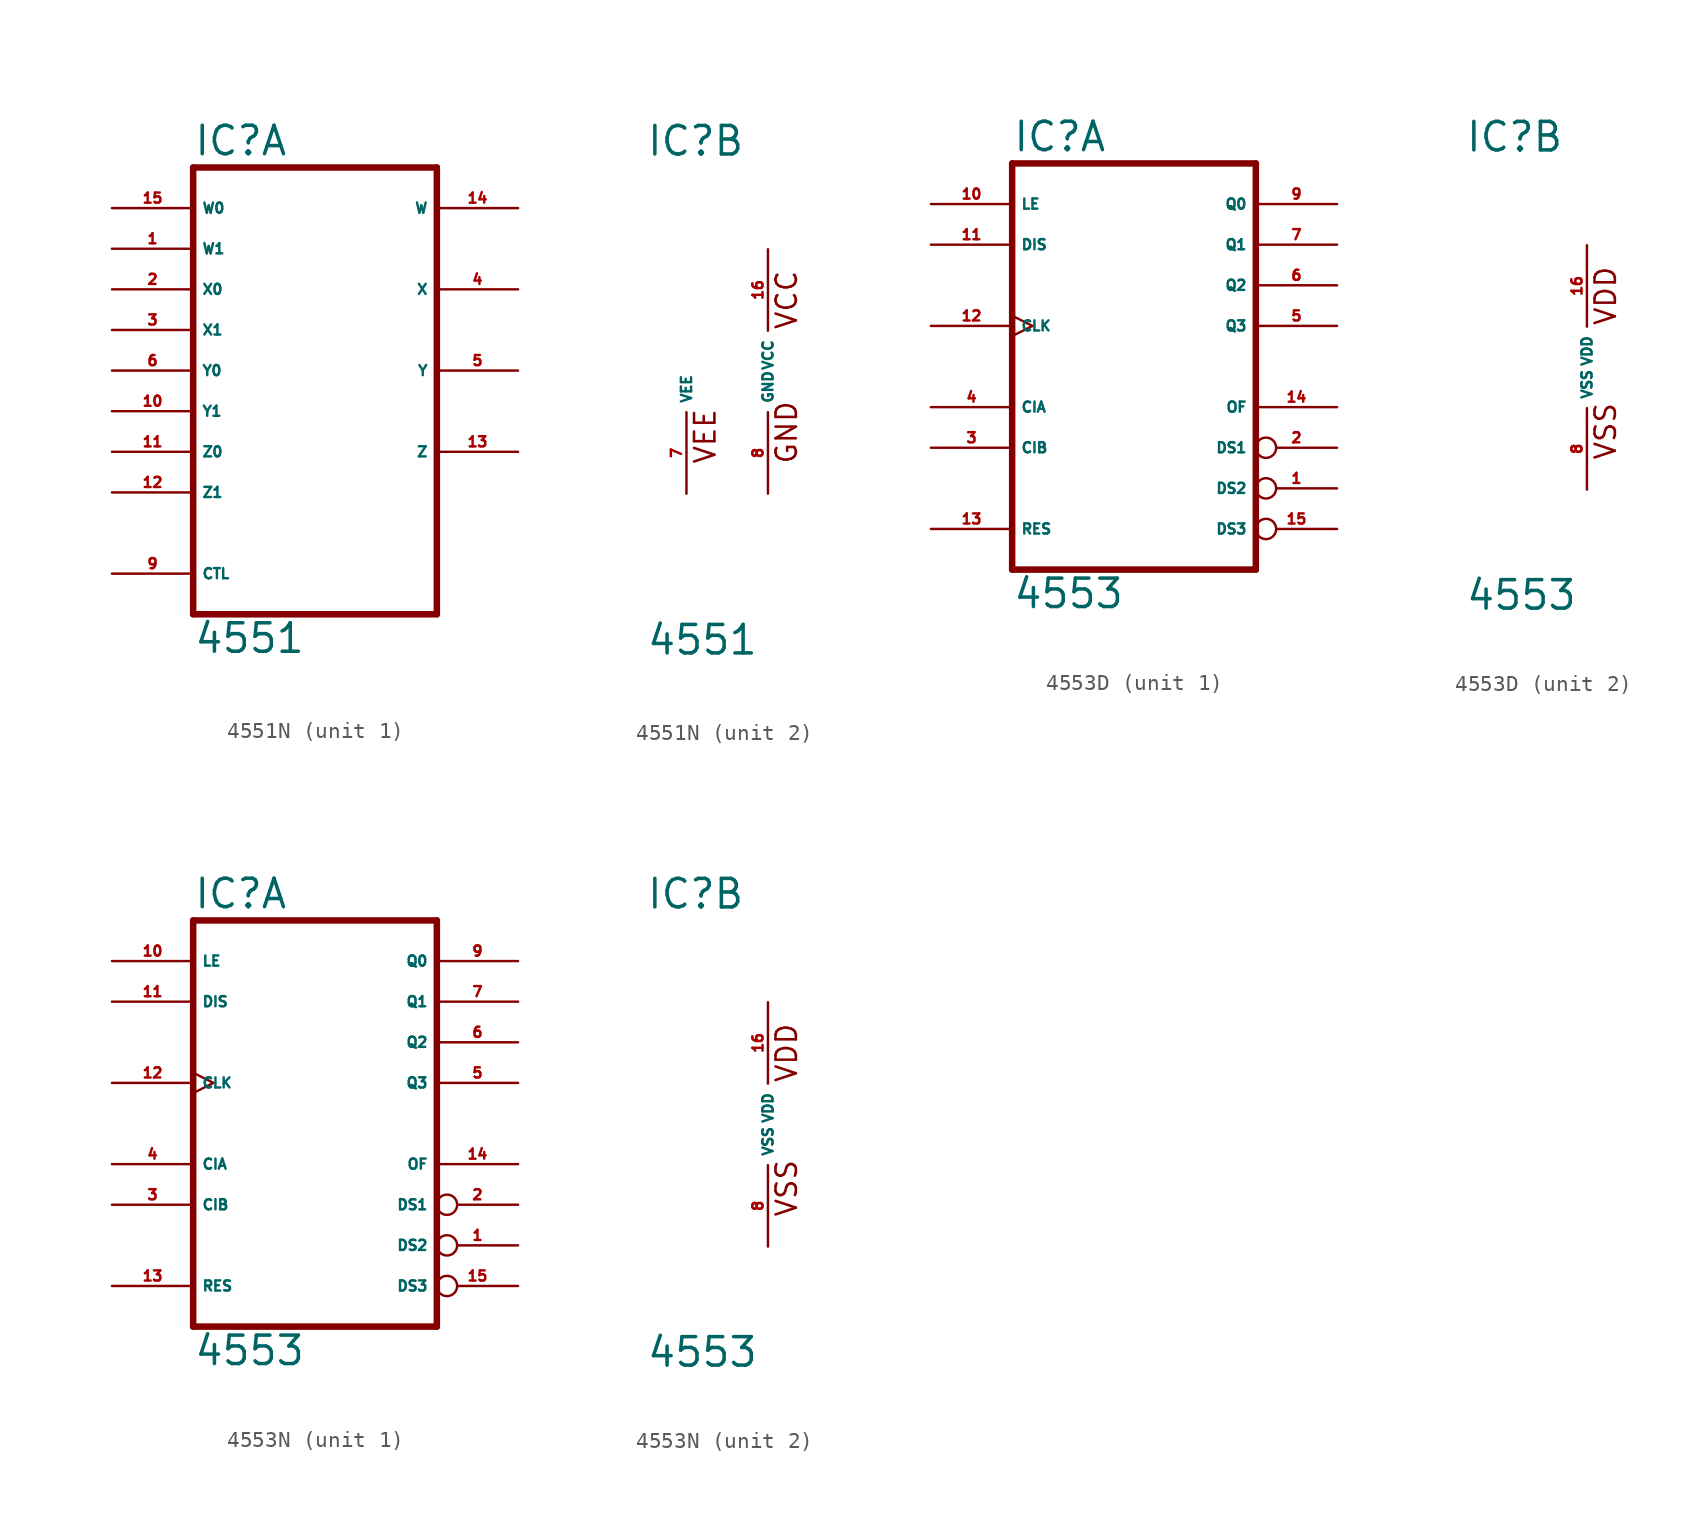
<source format=kicad_sym>
(kicad_symbol_lib
  (version 20220914)
  (generator Eagle2Kicad)
  (symbol "4551N"
    (property "Reference" "IC"
      (at -7.62 13.335 0)
      (effects (font (size 1.778 1.778) (thickness 0.22)) (justify left bottom)))
    (property "Value" "4551"
      (at -7.62 -17.78 0)
      (effects (font (size 1.778 1.778) (thickness 0.22)) (justify left bottom)))
    (symbol "4551N_1_0"
      (polyline (pts (xy -7.62 -15.24) (xy 7.62 -15.24)) (stroke (width 0.406) (type default)) (fill (type none)))
      (polyline (pts (xy 7.62 -15.24) (xy 7.62 12.7)) (stroke (width 0.406) (type default)) (fill (type none)))
      (polyline (pts (xy 7.62 12.7) (xy -7.62 12.7)) (stroke (width 0.406) (type default)) (fill (type none)))
      (polyline (pts (xy -7.62 12.7) (xy -7.62 -15.24)) (stroke (width 0.406) (type default)) (fill (type none)))
      (pin bidirectional line (at -12.7 7.62 0) (length 5.08) (name "W1" (effects (font (size 0.635 0.635) (thickness 0.08)) (justify left bottom))) (number "1" (effects (font (size 0.635 0.635) (thickness 0.08)) (justify left bottom))))
      (pin bidirectional line (at -12.7 5.08 0) (length 5.08) (name "X0" (effects (font (size 0.635 0.635) (thickness 0.08)) (justify left bottom))) (number "2" (effects (font (size 0.635 0.635) (thickness 0.08)) (justify left bottom))))
      (pin bidirectional line (at -12.7 2.54 0) (length 5.08) (name "X1" (effects (font (size 0.635 0.635) (thickness 0.08)) (justify left bottom))) (number "3" (effects (font (size 0.635 0.635) (thickness 0.08)) (justify left bottom))))
      (pin bidirectional line (at 12.7 5.08 180) (length 5.08) (name "X" (effects (font (size 0.635 0.635) (thickness 0.08)) (justify left bottom))) (number "4" (effects (font (size 0.635 0.635) (thickness 0.08)) (justify left bottom))))
      (pin bidirectional line (at 12.7 0 180) (length 5.08) (name "Y" (effects (font (size 0.635 0.635) (thickness 0.08)) (justify left bottom))) (number "5" (effects (font (size 0.635 0.635) (thickness 0.08)) (justify left bottom))))
      (pin bidirectional line (at -12.7 0 0) (length 5.08) (name "Y0" (effects (font (size 0.635 0.635) (thickness 0.08)) (justify left bottom))) (number "6" (effects (font (size 0.635 0.635) (thickness 0.08)) (justify left bottom))))
      (pin input line (at -12.7 -12.7 0) (length 5.08) (name "CTL" (effects (font (size 0.635 0.635) (thickness 0.08)) (justify left bottom))) (number "9" (effects (font (size 0.635 0.635) (thickness 0.08)) (justify left bottom))))
      (pin bidirectional line (at -12.7 -2.54 0) (length 5.08) (name "Y1" (effects (font (size 0.635 0.635) (thickness 0.08)) (justify left bottom))) (number "10" (effects (font (size 0.635 0.635) (thickness 0.08)) (justify left bottom))))
      (pin bidirectional line (at -12.7 -5.08 0) (length 5.08) (name "Z0" (effects (font (size 0.635 0.635) (thickness 0.08)) (justify left bottom))) (number "11" (effects (font (size 0.635 0.635) (thickness 0.08)) (justify left bottom))))
      (pin bidirectional line (at -12.7 -7.62 0) (length 5.08) (name "Z1" (effects (font (size 0.635 0.635) (thickness 0.08)) (justify left bottom))) (number "12" (effects (font (size 0.635 0.635) (thickness 0.08)) (justify left bottom))))
      (pin bidirectional line (at 12.7 -5.08 180) (length 5.08) (name "Z" (effects (font (size 0.635 0.635) (thickness 0.08)) (justify left bottom))) (number "13" (effects (font (size 0.635 0.635) (thickness 0.08)) (justify left bottom))))
      (pin bidirectional line (at 12.7 10.16 180) (length 5.08) (name "W" (effects (font (size 0.635 0.635) (thickness 0.08)) (justify left bottom))) (number "14" (effects (font (size 0.635 0.635) (thickness 0.08)) (justify left bottom))))
      (pin bidirectional line (at -12.7 10.16 0) (length 5.08) (name "W0" (effects (font (size 0.635 0.635) (thickness 0.08)) (justify left bottom))) (number "15" (effects (font (size 0.635 0.635) (thickness 0.08)) (justify left bottom)))))
    (symbol "4551N_2_0"
      (text "VEE" (at -3.175 -5.842 900) (effects (font (size 1.27 1.27) (thickness 0.16)) (justify left bottom)))
      (text "GND" (at 1.905 -5.842 900) (effects (font (size 1.27 1.27) (thickness 0.16)) (justify left bottom)))
      (text "VCC" (at 1.905 2.54 900) (effects (font (size 1.27 1.27) (thickness 0.16)) (justify left bottom)))
      (pin unspecified line (at -5.08 -7.62 90) (length 5.08) (name "VEE" (effects (font (size 0.635 0.635) (thickness 0.08)) (justify left bottom))) (number "7" (effects (font (size 0.635 0.635) (thickness 0.08)) (justify left bottom))))
      (pin unspecified line (at 0 -7.62 90) (length 5.08) (name "GND" (effects (font (size 0.635 0.635) (thickness 0.08)) (justify left bottom))) (number "8" (effects (font (size 0.635 0.635) (thickness 0.08)) (justify left bottom))))
      (pin unspecified line (at 0 7.62 270) (length 5.08) (name "VCC" (effects (font (size 0.635 0.635) (thickness 0.08)) (justify left bottom))) (number "16" (effects (font (size 0.635 0.635) (thickness 0.08)) (justify left bottom))))))
  (symbol "4553D"
    (property "Reference" "IC"
      (at -7.62 13.335 0)
      (effects (font (size 1.778 1.778) (thickness 0.22)) (justify left bottom)))
    (property "Value" "4553"
      (at -7.62 -15.24 0)
      (effects (font (size 1.778 1.778) (thickness 0.22)) (justify left bottom)))
    (symbol "4553D_1_0"
      (polyline (pts (xy -7.62 -12.7) (xy 7.62 -12.7)) (stroke (width 0.406) (type default)) (fill (type none)))
      (polyline (pts (xy 7.62 -12.7) (xy 7.62 12.7)) (stroke (width 0.406) (type default)) (fill (type none)))
      (polyline (pts (xy 7.62 12.7) (xy -7.62 12.7)) (stroke (width 0.406) (type default)) (fill (type none)))
      (polyline (pts (xy -7.62 12.7) (xy -7.62 -12.7)) (stroke (width 0.406) (type default)) (fill (type none)))
      (pin output inverted (at 12.7 -7.62 180) (length 5.08) (name "DS2" (effects (font (size 0.635 0.635) (thickness 0.08)) (justify left bottom))) (number "1" (effects (font (size 0.635 0.635) (thickness 0.08)) (justify left bottom))))
      (pin output inverted (at 12.7 -5.08 180) (length 5.08) (name "DS1" (effects (font (size 0.635 0.635) (thickness 0.08)) (justify left bottom))) (number "2" (effects (font (size 0.635 0.635) (thickness 0.08)) (justify left bottom))))
      (pin input line (at -12.7 -5.08 0) (length 5.08) (name "CIB" (effects (font (size 0.635 0.635) (thickness 0.08)) (justify left bottom))) (number "3" (effects (font (size 0.635 0.635) (thickness 0.08)) (justify left bottom))))
      (pin input line (at -12.7 -2.54 0) (length 5.08) (name "CIA" (effects (font (size 0.635 0.635) (thickness 0.08)) (justify left bottom))) (number "4" (effects (font (size 0.635 0.635) (thickness 0.08)) (justify left bottom))))
      (pin output line (at 12.7 2.54 180) (length 5.08) (name "Q3" (effects (font (size 0.635 0.635) (thickness 0.08)) (justify left bottom))) (number "5" (effects (font (size 0.635 0.635) (thickness 0.08)) (justify left bottom))))
      (pin output line (at 12.7 5.08 180) (length 5.08) (name "Q2" (effects (font (size 0.635 0.635) (thickness 0.08)) (justify left bottom))) (number "6" (effects (font (size 0.635 0.635) (thickness 0.08)) (justify left bottom))))
      (pin output line (at 12.7 7.62 180) (length 5.08) (name "Q1" (effects (font (size 0.635 0.635) (thickness 0.08)) (justify left bottom))) (number "7" (effects (font (size 0.635 0.635) (thickness 0.08)) (justify left bottom))))
      (pin output line (at 12.7 10.16 180) (length 5.08) (name "Q0" (effects (font (size 0.635 0.635) (thickness 0.08)) (justify left bottom))) (number "9" (effects (font (size 0.635 0.635) (thickness 0.08)) (justify left bottom))))
      (pin input line (at -12.7 10.16 0) (length 5.08) (name "LE" (effects (font (size 0.635 0.635) (thickness 0.08)) (justify left bottom))) (number "10" (effects (font (size 0.635 0.635) (thickness 0.08)) (justify left bottom))))
      (pin input line (at -12.7 7.62 0) (length 5.08) (name "DIS" (effects (font (size 0.635 0.635) (thickness 0.08)) (justify left bottom))) (number "11" (effects (font (size 0.635 0.635) (thickness 0.08)) (justify left bottom))))
      (pin input clock (at -12.7 2.54 0) (length 5.08) (name "CLK" (effects (font (size 0.635 0.635) (thickness 0.08)) (justify left bottom))) (number "12" (effects (font (size 0.635 0.635) (thickness 0.08)) (justify left bottom))))
      (pin input line (at -12.7 -10.16 0) (length 5.08) (name "RES" (effects (font (size 0.635 0.635) (thickness 0.08)) (justify left bottom))) (number "13" (effects (font (size 0.635 0.635) (thickness 0.08)) (justify left bottom))))
      (pin output line (at 12.7 -2.54 180) (length 5.08) (name "OF" (effects (font (size 0.635 0.635) (thickness 0.08)) (justify left bottom))) (number "14" (effects (font (size 0.635 0.635) (thickness 0.08)) (justify left bottom))))
      (pin output inverted (at 12.7 -10.16 180) (length 5.08) (name "DS3" (effects (font (size 0.635 0.635) (thickness 0.08)) (justify left bottom))) (number "15" (effects (font (size 0.635 0.635) (thickness 0.08)) (justify left bottom)))))
    (symbol "4553D_2_0"
      (text "VDD" (at 1.905 2.54 900) (effects (font (size 1.27 1.27) (thickness 0.16)) (justify left bottom)))
      (text "VSS" (at 1.905 -5.842 900) (effects (font (size 1.27 1.27) (thickness 0.16)) (justify left bottom)))
      (pin unspecified line (at 0 -7.62 90) (length 5.08) (name "VSS" (effects (font (size 0.635 0.635) (thickness 0.08)) (justify left bottom))) (number "8" (effects (font (size 0.635 0.635) (thickness 0.08)) (justify left bottom))))
      (pin unspecified line (at 0 7.62 270) (length 5.08) (name "VDD" (effects (font (size 0.635 0.635) (thickness 0.08)) (justify left bottom))) (number "16" (effects (font (size 0.635 0.635) (thickness 0.08)) (justify left bottom))))))
  (symbol "4553N"
    (property "Reference" "IC"
      (at -7.62 13.335 0)
      (effects (font (size 1.778 1.778) (thickness 0.22)) (justify left bottom)))
    (property "Value" "4553"
      (at -7.62 -15.24 0)
      (effects (font (size 1.778 1.778) (thickness 0.22)) (justify left bottom)))
    (symbol "4553N_1_0"
      (polyline (pts (xy -7.62 -12.7) (xy 7.62 -12.7)) (stroke (width 0.406) (type default)) (fill (type none)))
      (polyline (pts (xy 7.62 -12.7) (xy 7.62 12.7)) (stroke (width 0.406) (type default)) (fill (type none)))
      (polyline (pts (xy 7.62 12.7) (xy -7.62 12.7)) (stroke (width 0.406) (type default)) (fill (type none)))
      (polyline (pts (xy -7.62 12.7) (xy -7.62 -12.7)) (stroke (width 0.406) (type default)) (fill (type none)))
      (pin output inverted (at 12.7 -7.62 180) (length 5.08) (name "DS2" (effects (font (size 0.635 0.635) (thickness 0.08)) (justify left bottom))) (number "1" (effects (font (size 0.635 0.635) (thickness 0.08)) (justify left bottom))))
      (pin output inverted (at 12.7 -5.08 180) (length 5.08) (name "DS1" (effects (font (size 0.635 0.635) (thickness 0.08)) (justify left bottom))) (number "2" (effects (font (size 0.635 0.635) (thickness 0.08)) (justify left bottom))))
      (pin input line (at -12.7 -5.08 0) (length 5.08) (name "CIB" (effects (font (size 0.635 0.635) (thickness 0.08)) (justify left bottom))) (number "3" (effects (font (size 0.635 0.635) (thickness 0.08)) (justify left bottom))))
      (pin input line (at -12.7 -2.54 0) (length 5.08) (name "CIA" (effects (font (size 0.635 0.635) (thickness 0.08)) (justify left bottom))) (number "4" (effects (font (size 0.635 0.635) (thickness 0.08)) (justify left bottom))))
      (pin output line (at 12.7 2.54 180) (length 5.08) (name "Q3" (effects (font (size 0.635 0.635) (thickness 0.08)) (justify left bottom))) (number "5" (effects (font (size 0.635 0.635) (thickness 0.08)) (justify left bottom))))
      (pin output line (at 12.7 5.08 180) (length 5.08) (name "Q2" (effects (font (size 0.635 0.635) (thickness 0.08)) (justify left bottom))) (number "6" (effects (font (size 0.635 0.635) (thickness 0.08)) (justify left bottom))))
      (pin output line (at 12.7 7.62 180) (length 5.08) (name "Q1" (effects (font (size 0.635 0.635) (thickness 0.08)) (justify left bottom))) (number "7" (effects (font (size 0.635 0.635) (thickness 0.08)) (justify left bottom))))
      (pin output line (at 12.7 10.16 180) (length 5.08) (name "Q0" (effects (font (size 0.635 0.635) (thickness 0.08)) (justify left bottom))) (number "9" (effects (font (size 0.635 0.635) (thickness 0.08)) (justify left bottom))))
      (pin input line (at -12.7 10.16 0) (length 5.08) (name "LE" (effects (font (size 0.635 0.635) (thickness 0.08)) (justify left bottom))) (number "10" (effects (font (size 0.635 0.635) (thickness 0.08)) (justify left bottom))))
      (pin input line (at -12.7 7.62 0) (length 5.08) (name "DIS" (effects (font (size 0.635 0.635) (thickness 0.08)) (justify left bottom))) (number "11" (effects (font (size 0.635 0.635) (thickness 0.08)) (justify left bottom))))
      (pin input clock (at -12.7 2.54 0) (length 5.08) (name "CLK" (effects (font (size 0.635 0.635) (thickness 0.08)) (justify left bottom))) (number "12" (effects (font (size 0.635 0.635) (thickness 0.08)) (justify left bottom))))
      (pin input line (at -12.7 -10.16 0) (length 5.08) (name "RES" (effects (font (size 0.635 0.635) (thickness 0.08)) (justify left bottom))) (number "13" (effects (font (size 0.635 0.635) (thickness 0.08)) (justify left bottom))))
      (pin output line (at 12.7 -2.54 180) (length 5.08) (name "OF" (effects (font (size 0.635 0.635) (thickness 0.08)) (justify left bottom))) (number "14" (effects (font (size 0.635 0.635) (thickness 0.08)) (justify left bottom))))
      (pin output inverted (at 12.7 -10.16 180) (length 5.08) (name "DS3" (effects (font (size 0.635 0.635) (thickness 0.08)) (justify left bottom))) (number "15" (effects (font (size 0.635 0.635) (thickness 0.08)) (justify left bottom)))))
    (symbol "4553N_2_0"
      (text "VDD" (at 1.905 2.54 900) (effects (font (size 1.27 1.27) (thickness 0.16)) (justify left bottom)))
      (text "VSS" (at 1.905 -5.842 900) (effects (font (size 1.27 1.27) (thickness 0.16)) (justify left bottom)))
      (pin unspecified line (at 0 -7.62 90) (length 5.08) (name "VSS" (effects (font (size 0.635 0.635) (thickness 0.08)) (justify left bottom))) (number "8" (effects (font (size 0.635 0.635) (thickness 0.08)) (justify left bottom))))
      (pin unspecified line (at 0 7.62 270) (length 5.08) (name "VDD" (effects (font (size 0.635 0.635) (thickness 0.08)) (justify left bottom))) (number "16" (effects (font (size 0.635 0.635) (thickness 0.08)) (justify left bottom)))))))
</source>
